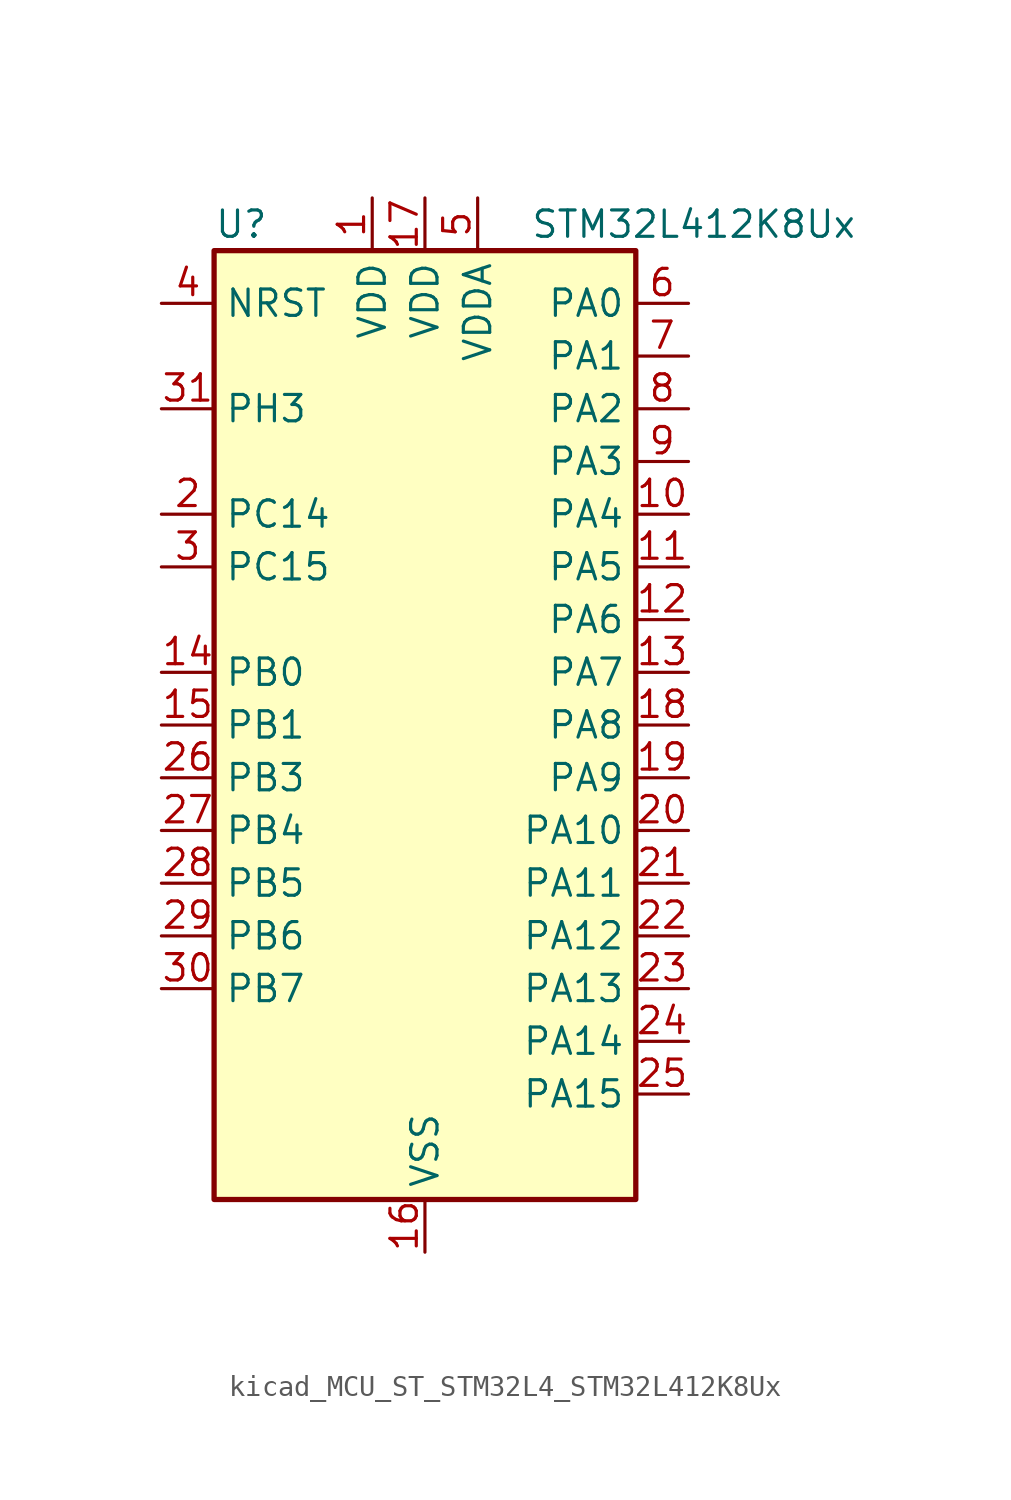
<source format=kicad_sym>
(kicad_symbol_lib
  (version 20220914)
  (generator kicad_symbol_editor)
  (symbol "kicad_MCU_ST_STM32L4_STM32L412K8Ux"
    (property "Reference" "U"
      (at -10.16 24.13 0)
      (effects (font (size 1.27 1.27)) (justify left)))
    (property "Value" "STM32L412K8Ux"
      (at 5.08 24.13 0)
      (effects (font (size 1.27 1.27)) (justify left)))
    (property "ki_locked" ""
      (at 0 0 0)
      (effects (font (size 1.27 1.27))))
    (symbol "kicad_MCU_ST_STM32L4_STM32L412K8Ux_0_1"
      (rectangle (start -10.16 -22.86) (end 10.16 22.86) (stroke (width 0.254) (type default)) (fill (type background))))
    (symbol "kicad_MCU_ST_STM32L4_STM32L412K8Ux_1_1"
      (pin power_in line (at -2.54 25.4 270) (length 2.54) (name "VDD" (effects (font (size 1.27 1.27)))) (number "1" (effects (font (size 1.27 1.27)))))
      (pin bidirectional line (at 12.7 10.16 180) (length 2.54) (name "PA4" (effects (font (size 1.27 1.27)))) (number "10" (effects (font (size 1.27 1.27)))) (alternate "ADC1_IN9" bidirectional line) (alternate "ADC2_IN9" bidirectional line) (alternate "COMP1_INM" bidirectional line) (alternate "LPTIM2_OUT" bidirectional line) (alternate "SPI1_NSS" bidirectional line) (alternate "USART2_CK" bidirectional line))
      (pin bidirectional line (at 12.7 7.62 180) (length 2.54) (name "PA5" (effects (font (size 1.27 1.27)))) (number "11" (effects (font (size 1.27 1.27)))) (alternate "ADC1_IN10" bidirectional line) (alternate "ADC2_IN10" bidirectional line) (alternate "COMP1_INM" bidirectional line) (alternate "LPTIM2_ETR" bidirectional line) (alternate "SPI1_SCK" bidirectional line) (alternate "TIM2_CH1" bidirectional line) (alternate "TIM2_ETR" bidirectional line))
      (pin bidirectional line (at 12.7 5.08 180) (length 2.54) (name "PA6" (effects (font (size 1.27 1.27)))) (number "12" (effects (font (size 1.27 1.27)))) (alternate "ADC1_IN11" bidirectional line) (alternate "ADC2_IN11" bidirectional line) (alternate "COMP1_OUT" bidirectional line) (alternate "LPUART1_CTS" bidirectional line) (alternate "QUADSPI_BK1_IO3" bidirectional line) (alternate "SPI1_MISO" bidirectional line) (alternate "TIM16_CH1" bidirectional line) (alternate "TIM1_BKIN" bidirectional line))
      (pin bidirectional line (at 12.7 2.54 180) (length 2.54) (name "PA7" (effects (font (size 1.27 1.27)))) (number "13" (effects (font (size 1.27 1.27)))) (alternate "ADC1_IN12" bidirectional line) (alternate "ADC2_IN12" bidirectional line) (alternate "I2C3_SCL" bidirectional line) (alternate "QUADSPI_BK1_IO2" bidirectional line) (alternate "SPI1_MOSI" bidirectional line) (alternate "TIM1_CH1N" bidirectional line))
      (pin bidirectional line (at -12.7 2.54 0) (length 2.54) (name "PB0" (effects (font (size 1.27 1.27)))) (number "14" (effects (font (size 1.27 1.27)))) (alternate "ADC1_IN15" bidirectional line) (alternate "ADC2_IN15" bidirectional line) (alternate "COMP1_OUT" bidirectional line) (alternate "QUADSPI_BK1_IO1" bidirectional line) (alternate "SPI1_NSS" bidirectional line) (alternate "SYS_TRACED0" bidirectional line) (alternate "TIM1_CH2N" bidirectional line))
      (pin bidirectional line (at -12.7 0 0) (length 2.54) (name "PB1" (effects (font (size 1.27 1.27)))) (number "15" (effects (font (size 1.27 1.27)))) (alternate "ADC1_IN16" bidirectional line) (alternate "ADC2_IN16" bidirectional line) (alternate "COMP1_INM" bidirectional line) (alternate "LPTIM2_IN1" bidirectional line) (alternate "LPUART1_DE" bidirectional line) (alternate "LPUART1_RTS" bidirectional line) (alternate "QUADSPI_BK1_IO0" bidirectional line) (alternate "SYS_TRACED1" bidirectional line) (alternate "TIM1_CH3N" bidirectional line))
      (pin power_in line (at 0 -25.4 90) (length 2.54) (name "VSS" (effects (font (size 1.27 1.27)))) (number "16" (effects (font (size 1.27 1.27)))))
      (pin power_in line (at 0 25.4 270) (length 2.54) (name "VDD" (effects (font (size 1.27 1.27)))) (number "17" (effects (font (size 1.27 1.27)))))
      (pin bidirectional line (at 12.7 0 180) (length 2.54) (name "PA8" (effects (font (size 1.27 1.27)))) (number "18" (effects (font (size 1.27 1.27)))) (alternate "LPTIM2_OUT" bidirectional line) (alternate "RCC_MCO" bidirectional line) (alternate "TIM1_CH1" bidirectional line) (alternate "USART1_CK" bidirectional line))
      (pin bidirectional line (at 12.7 -2.54 180) (length 2.54) (name "PA9" (effects (font (size 1.27 1.27)))) (number "19" (effects (font (size 1.27 1.27)))) (alternate "I2C1_SCL" bidirectional line) (alternate "TIM15_BKIN" bidirectional line) (alternate "TIM1_CH2" bidirectional line) (alternate "USART1_TX" bidirectional line))
      (pin bidirectional line (at -12.7 10.16 0) (length 2.54) (name "PC14" (effects (font (size 1.27 1.27)))) (number "2" (effects (font (size 1.27 1.27)))) (alternate "RCC_OSC32_IN" bidirectional line))
      (pin bidirectional line (at 12.7 -5.08 180) (length 2.54) (name "PA10" (effects (font (size 1.27 1.27)))) (number "20" (effects (font (size 1.27 1.27)))) (alternate "CRS_SYNC" bidirectional line) (alternate "I2C1_SDA" bidirectional line) (alternate "TIM1_CH3" bidirectional line) (alternate "USART1_RX" bidirectional line))
      (pin bidirectional line (at 12.7 -7.62 180) (length 2.54) (name "PA11" (effects (font (size 1.27 1.27)))) (number "21" (effects (font (size 1.27 1.27)))) (alternate "ADC1_EXTI11" bidirectional line) (alternate "ADC2_EXTI11" bidirectional line) (alternate "COMP1_OUT" bidirectional line) (alternate "SPI1_MISO" bidirectional line) (alternate "TIM1_BKIN2" bidirectional line) (alternate "TIM1_BKIN2_COMP1" bidirectional line) (alternate "TIM1_CH4" bidirectional line) (alternate "USART1_CTS" bidirectional line) (alternate "USB_DM" bidirectional line))
      (pin bidirectional line (at 12.7 -10.16 180) (length 2.54) (name "PA12" (effects (font (size 1.27 1.27)))) (number "22" (effects (font (size 1.27 1.27)))) (alternate "SPI1_MOSI" bidirectional line) (alternate "TIM1_ETR" bidirectional line) (alternate "USART1_DE" bidirectional line) (alternate "USART1_RTS" bidirectional line) (alternate "USB_DP" bidirectional line))
      (pin bidirectional line (at 12.7 -12.7 180) (length 2.54) (name "PA13" (effects (font (size 1.27 1.27)))) (number "23" (effects (font (size 1.27 1.27)))) (alternate "IR_OUT" bidirectional line) (alternate "SYS_JTMS-SWDIO" bidirectional line) (alternate "USB_NOE" bidirectional line))
      (pin bidirectional line (at 12.7 -15.24 180) (length 2.54) (name "PA14" (effects (font (size 1.27 1.27)))) (number "24" (effects (font (size 1.27 1.27)))) (alternate "I2C1_SMBA" bidirectional line) (alternate "LPTIM1_OUT" bidirectional line) (alternate "SYS_JTCK-SWCLK" bidirectional line))
      (pin bidirectional line (at 12.7 -17.78 180) (length 2.54) (name "PA15" (effects (font (size 1.27 1.27)))) (number "25" (effects (font (size 1.27 1.27)))) (alternate "ADC1_EXTI15" bidirectional line) (alternate "ADC2_EXTI15" bidirectional line) (alternate "SPI1_NSS" bidirectional line) (alternate "SYS_JTDI" bidirectional line) (alternate "TIM2_CH1" bidirectional line) (alternate "TIM2_ETR" bidirectional line) (alternate "USART2_RX" bidirectional line))
      (pin bidirectional line (at -12.7 -2.54 0) (length 2.54) (name "PB3" (effects (font (size 1.27 1.27)))) (number "26" (effects (font (size 1.27 1.27)))) (alternate "SPI1_SCK" bidirectional line) (alternate "SYS_JTDO-SWO" bidirectional line) (alternate "TIM2_CH2" bidirectional line) (alternate "USART1_DE" bidirectional line) (alternate "USART1_RTS" bidirectional line))
      (pin bidirectional line (at -12.7 -5.08 0) (length 2.54) (name "PB4" (effects (font (size 1.27 1.27)))) (number "27" (effects (font (size 1.27 1.27)))) (alternate "I2C3_SDA" bidirectional line) (alternate "SPI1_MISO" bidirectional line) (alternate "SYS_JTRST" bidirectional line) (alternate "TSC_G2_IO1" bidirectional line) (alternate "USART1_CTS" bidirectional line))
      (pin bidirectional line (at -12.7 -7.62 0) (length 2.54) (name "PB5" (effects (font (size 1.27 1.27)))) (number "28" (effects (font (size 1.27 1.27)))) (alternate "I2C1_SMBA" bidirectional line) (alternate "LPTIM1_IN1" bidirectional line) (alternate "SPI1_MOSI" bidirectional line) (alternate "SYS_TRACED2" bidirectional line) (alternate "TIM16_BKIN" bidirectional line) (alternate "TSC_G2_IO2" bidirectional line) (alternate "USART1_CK" bidirectional line))
      (pin bidirectional line (at -12.7 -10.16 0) (length 2.54) (name "PB6" (effects (font (size 1.27 1.27)))) (number "29" (effects (font (size 1.27 1.27)))) (alternate "I2C1_SCL" bidirectional line) (alternate "LPTIM1_ETR" bidirectional line) (alternate "SYS_TRACED3" bidirectional line) (alternate "TIM16_CH1N" bidirectional line) (alternate "TSC_G2_IO3" bidirectional line) (alternate "USART1_TX" bidirectional line))
      (pin bidirectional line (at -12.7 7.62 0) (length 2.54) (name "PC15" (effects (font (size 1.27 1.27)))) (number "3" (effects (font (size 1.27 1.27)))) (alternate "ADC1_EXTI15" bidirectional line) (alternate "ADC2_EXTI15" bidirectional line) (alternate "RCC_OSC32_OUT" bidirectional line))
      (pin bidirectional line (at -12.7 -12.7 0) (length 2.54) (name "PB7" (effects (font (size 1.27 1.27)))) (number "30" (effects (font (size 1.27 1.27)))) (alternate "I2C1_SDA" bidirectional line) (alternate "LPTIM1_IN2" bidirectional line) (alternate "SYS_PVD_IN" bidirectional line) (alternate "SYS_TRACECLK" bidirectional line) (alternate "TSC_G2_IO4" bidirectional line) (alternate "USART1_RX" bidirectional line))
      (pin bidirectional line (at -12.7 15.24 0) (length 2.54) (name "PH3" (effects (font (size 1.27 1.27)))) (number "31" (effects (font (size 1.27 1.27)))))
      (pin passive line (at 0 -25.4 90) (length 2.54) hide (name "VSS" (effects (font (size 1.27 1.27)))) (number "32" (effects (font (size 1.27 1.27)))))
      (pin passive line (at 0 -25.4 90) (length 2.54) hide (name "VSS" (effects (font (size 1.27 1.27)))) (number "33" (effects (font (size 1.27 1.27)))))
      (pin input line (at -12.7 20.32 0) (length 2.54) (name "NRST" (effects (font (size 1.27 1.27)))) (number "4" (effects (font (size 1.27 1.27)))))
      (pin power_in line (at 2.54 25.4 270) (length 2.54) (name "VDDA" (effects (font (size 1.27 1.27)))) (number "5" (effects (font (size 1.27 1.27)))))
      (pin bidirectional line (at 12.7 20.32 180) (length 2.54) (name "PA0" (effects (font (size 1.27 1.27)))) (number "6" (effects (font (size 1.27 1.27)))) (alternate "ADC1_IN5" bidirectional line) (alternate "COMP1_INM" bidirectional line) (alternate "COMP1_OUT" bidirectional line) (alternate "OPAMP1_VINP" bidirectional line) (alternate "RCC_CK_IN" bidirectional line) (alternate "RTC_TAMP2" bidirectional line) (alternate "SYS_WKUP1" bidirectional line) (alternate "TIM2_CH1" bidirectional line) (alternate "TIM2_ETR" bidirectional line) (alternate "USART2_CTS" bidirectional line))
      (pin bidirectional line (at 12.7 17.78 180) (length 2.54) (name "PA1" (effects (font (size 1.27 1.27)))) (number "7" (effects (font (size 1.27 1.27)))) (alternate "ADC1_IN6" bidirectional line) (alternate "COMP1_INP" bidirectional line) (alternate "I2C1_SMBA" bidirectional line) (alternate "OPAMP1_VINM" bidirectional line) (alternate "SPI1_SCK" bidirectional line) (alternate "TIM15_CH1N" bidirectional line) (alternate "TIM2_CH2" bidirectional line) (alternate "USART2_DE" bidirectional line) (alternate "USART2_RTS" bidirectional line))
      (pin bidirectional line (at 12.7 15.24 180) (length 2.54) (name "PA2" (effects (font (size 1.27 1.27)))) (number "8" (effects (font (size 1.27 1.27)))) (alternate "ADC1_IN7" bidirectional line) (alternate "ADC2_IN7" bidirectional line) (alternate "LPUART1_TX" bidirectional line) (alternate "QUADSPI_BK1_NCS" bidirectional line) (alternate "RCC_LSCO" bidirectional line) (alternate "SYS_WKUP4" bidirectional line) (alternate "TIM15_CH1" bidirectional line) (alternate "TIM2_CH3" bidirectional line) (alternate "USART2_TX" bidirectional line))
      (pin bidirectional line (at 12.7 12.7 180) (length 2.54) (name "PA3" (effects (font (size 1.27 1.27)))) (number "9" (effects (font (size 1.27 1.27)))) (alternate "ADC1_IN8" bidirectional line) (alternate "ADC2_IN8" bidirectional line) (alternate "LPUART1_RX" bidirectional line) (alternate "OPAMP1_VOUT" bidirectional line) (alternate "QUADSPI_CLK" bidirectional line) (alternate "TIM15_CH2" bidirectional line) (alternate "TIM2_CH4" bidirectional line) (alternate "USART2_RX" bidirectional line)))))
</source>
